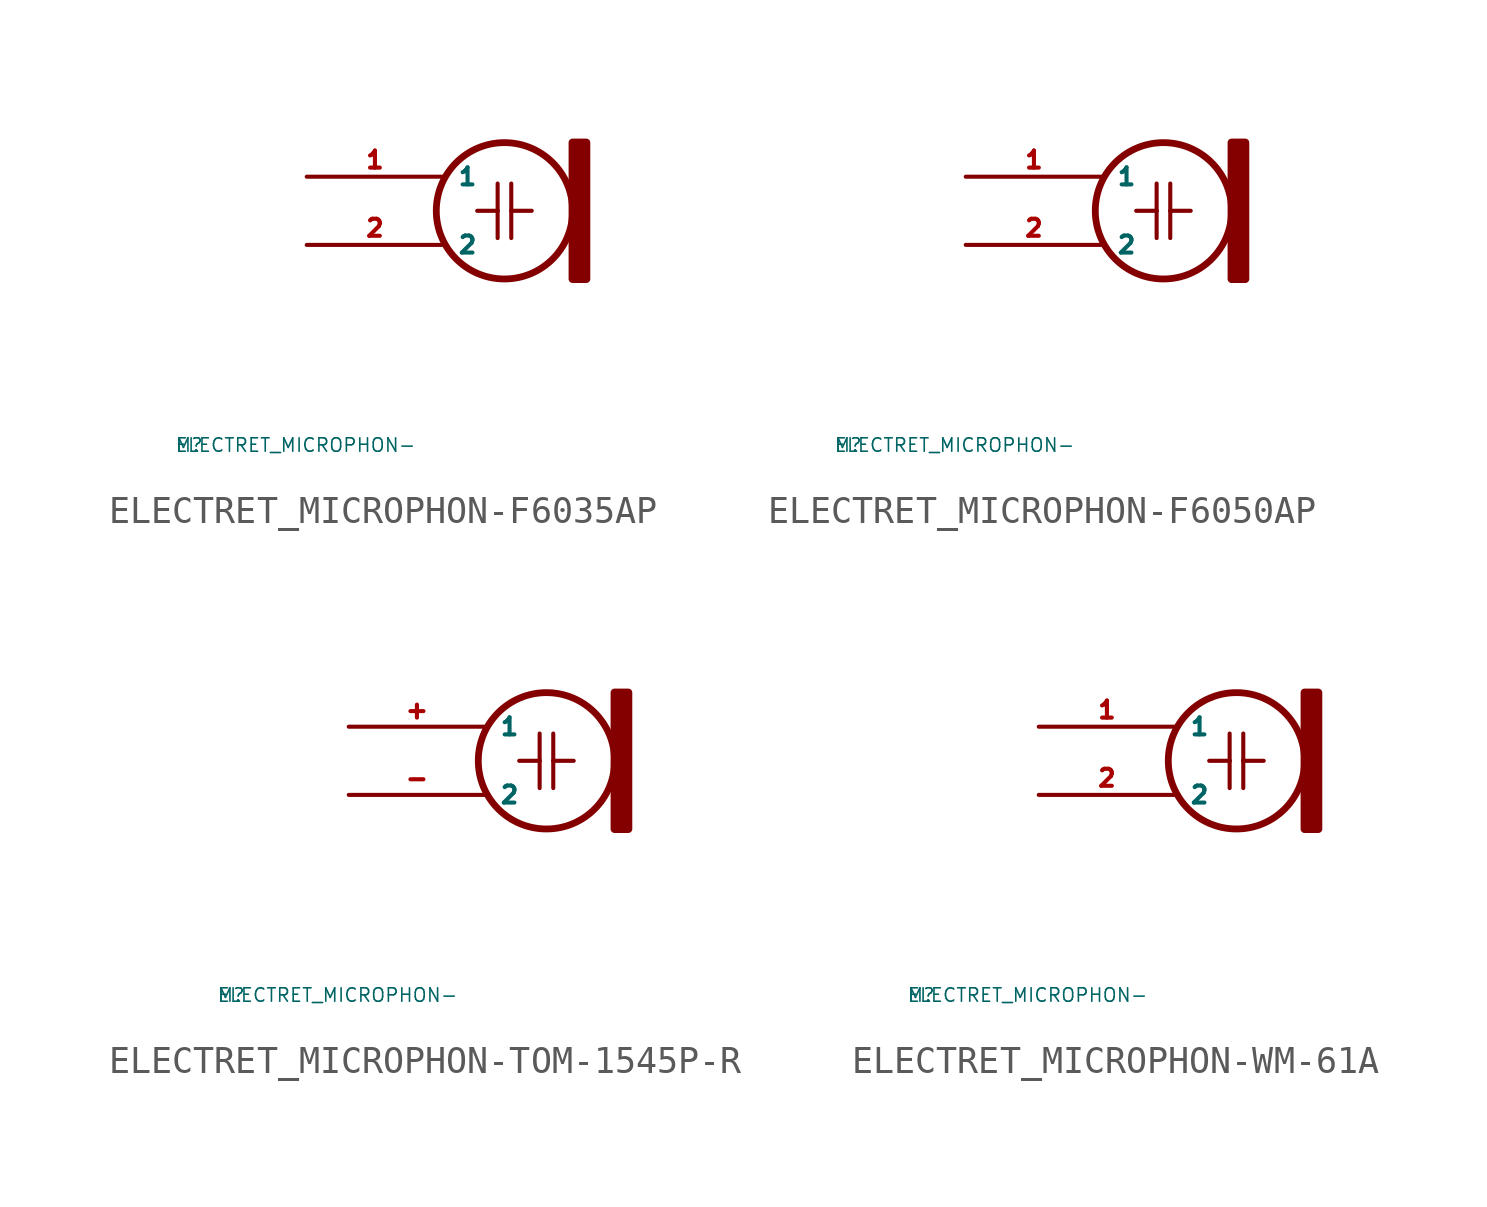
<source format=kicad_sym>
(kicad_symbol_lib
  (version 20220914)
  (generator Eagle2Kicad)
  (symbol "ELECTRET_MICROPHON-F6035AP"
    (property "Reference" "M"
      (at -10 -10 0)
      (effects (font (size 0.5 0.5) (thickness 0.06)) (justify left)))
    (property "Value" "ELECTRET_MICROPHON-"
      (at -10 -10 0)
      (effects (font (size 0.5 0.5) (thickness 0.06)) (justify left)))
    (polyline
      (pts (xy 1.27 -1.27) (xy 2.032 -1.27))
      (stroke (width 0.152) (type default))
      (fill (type none)))
    (polyline
      (pts (xy 2.032 -0.254) (xy 2.032 -1.27))
      (stroke (width 0.152) (type default))
      (fill (type none)))
    (polyline
      (pts (xy 2.032 -1.27) (xy 2.032 -2.286))
      (stroke (width 0.152) (type default))
      (fill (type none)))
    (polyline
      (pts (xy 2.54 -0.254) (xy 2.54 -1.27))
      (stroke (width 0.152) (type default))
      (fill (type none)))
    (polyline
      (pts (xy 2.54 -1.27) (xy 2.54 -2.286))
      (stroke (width 0.152) (type default))
      (fill (type none)))
    (polyline
      (pts (xy 2.54 -1.27) (xy 3.302 -1.27))
      (stroke (width 0.152) (type default))
      (fill (type none)))
    (circle
      (center 2.286 -1.27)
      (radius 2.54)
      (stroke (width 0.254) (type default))
      (fill (type none)))
    (rectangle
      (start 4.826 -3.81)
      (end 5.334 1.27)
      (stroke (width 0.3) (type default))
      (fill (type outline)))
    (pin passive line
      (at -5.08 0 0)
      (length 5.08)
      (name "1" (effects (font (size 0.635 0.635) (thickness 0.08)) (justify left bottom)))
      (number "1" (effects (font (size 0.635 0.635) (thickness 0.08)) (justify left bottom))))
    (pin passive line
      (at -5.08 -2.54 0)
      (length 5.08)
      (name "2" (effects (font (size 0.635 0.635) (thickness 0.08)) (justify left bottom)))
      (number "2" (effects (font (size 0.635 0.635) (thickness 0.08)) (justify left bottom)))))
  (symbol "ELECTRET_MICROPHON-F6050AP"
    (property "Reference" "M"
      (at -10 -10 0)
      (effects (font (size 0.5 0.5) (thickness 0.06)) (justify left)))
    (property "Value" "ELECTRET_MICROPHON-"
      (at -10 -10 0)
      (effects (font (size 0.5 0.5) (thickness 0.06)) (justify left)))
    (polyline
      (pts (xy 1.27 -1.27) (xy 2.032 -1.27))
      (stroke (width 0.152) (type default))
      (fill (type none)))
    (polyline
      (pts (xy 2.032 -0.254) (xy 2.032 -1.27))
      (stroke (width 0.152) (type default))
      (fill (type none)))
    (polyline
      (pts (xy 2.032 -1.27) (xy 2.032 -2.286))
      (stroke (width 0.152) (type default))
      (fill (type none)))
    (polyline
      (pts (xy 2.54 -0.254) (xy 2.54 -1.27))
      (stroke (width 0.152) (type default))
      (fill (type none)))
    (polyline
      (pts (xy 2.54 -1.27) (xy 2.54 -2.286))
      (stroke (width 0.152) (type default))
      (fill (type none)))
    (polyline
      (pts (xy 2.54 -1.27) (xy 3.302 -1.27))
      (stroke (width 0.152) (type default))
      (fill (type none)))
    (circle
      (center 2.286 -1.27)
      (radius 2.54)
      (stroke (width 0.254) (type default))
      (fill (type none)))
    (rectangle
      (start 4.826 -3.81)
      (end 5.334 1.27)
      (stroke (width 0.3) (type default))
      (fill (type outline)))
    (pin passive line
      (at -5.08 0 0)
      (length 5.08)
      (name "1" (effects (font (size 0.635 0.635) (thickness 0.08)) (justify left bottom)))
      (number "1" (effects (font (size 0.635 0.635) (thickness 0.08)) (justify left bottom))))
    (pin passive line
      (at -5.08 -2.54 0)
      (length 5.08)
      (name "2" (effects (font (size 0.635 0.635) (thickness 0.08)) (justify left bottom)))
      (number "2" (effects (font (size 0.635 0.635) (thickness 0.08)) (justify left bottom)))))
  (symbol "ELECTRET_MICROPHON-TOM-1545P-R"
    (property "Reference" "M"
      (at -10 -10 0)
      (effects (font (size 0.5 0.5) (thickness 0.06)) (justify left)))
    (property "Value" "ELECTRET_MICROPHON-"
      (at -10 -10 0)
      (effects (font (size 0.5 0.5) (thickness 0.06)) (justify left)))
    (polyline
      (pts (xy 1.27 -1.27) (xy 2.032 -1.27))
      (stroke (width 0.152) (type default))
      (fill (type none)))
    (polyline
      (pts (xy 2.032 -0.254) (xy 2.032 -1.27))
      (stroke (width 0.152) (type default))
      (fill (type none)))
    (polyline
      (pts (xy 2.032 -1.27) (xy 2.032 -2.286))
      (stroke (width 0.152) (type default))
      (fill (type none)))
    (polyline
      (pts (xy 2.54 -0.254) (xy 2.54 -1.27))
      (stroke (width 0.152) (type default))
      (fill (type none)))
    (polyline
      (pts (xy 2.54 -1.27) (xy 2.54 -2.286))
      (stroke (width 0.152) (type default))
      (fill (type none)))
    (polyline
      (pts (xy 2.54 -1.27) (xy 3.302 -1.27))
      (stroke (width 0.152) (type default))
      (fill (type none)))
    (circle
      (center 2.286 -1.27)
      (radius 2.54)
      (stroke (width 0.254) (type default))
      (fill (type none)))
    (rectangle
      (start 4.826 -3.81)
      (end 5.334 1.27)
      (stroke (width 0.3) (type default))
      (fill (type outline)))
    (pin passive line
      (at -5.08 0 0)
      (length 5.08)
      (name "1" (effects (font (size 0.635 0.635) (thickness 0.08)) (justify left bottom)))
      (number "+" (effects (font (size 0.635 0.635) (thickness 0.08)) (justify left bottom))))
    (pin passive line
      (at -5.08 -2.54 0)
      (length 5.08)
      (name "2" (effects (font (size 0.635 0.635) (thickness 0.08)) (justify left bottom)))
      (number "-" (effects (font (size 0.635 0.635) (thickness 0.08)) (justify left bottom)))))
  (symbol "ELECTRET_MICROPHON-WM-61A"
    (property "Reference" "M"
      (at -10 -10 0)
      (effects (font (size 0.5 0.5) (thickness 0.06)) (justify left)))
    (property "Value" "ELECTRET_MICROPHON-"
      (at -10 -10 0)
      (effects (font (size 0.5 0.5) (thickness 0.06)) (justify left)))
    (polyline
      (pts (xy 1.27 -1.27) (xy 2.032 -1.27))
      (stroke (width 0.152) (type default))
      (fill (type none)))
    (polyline
      (pts (xy 2.032 -0.254) (xy 2.032 -1.27))
      (stroke (width 0.152) (type default))
      (fill (type none)))
    (polyline
      (pts (xy 2.032 -1.27) (xy 2.032 -2.286))
      (stroke (width 0.152) (type default))
      (fill (type none)))
    (polyline
      (pts (xy 2.54 -0.254) (xy 2.54 -1.27))
      (stroke (width 0.152) (type default))
      (fill (type none)))
    (polyline
      (pts (xy 2.54 -1.27) (xy 2.54 -2.286))
      (stroke (width 0.152) (type default))
      (fill (type none)))
    (polyline
      (pts (xy 2.54 -1.27) (xy 3.302 -1.27))
      (stroke (width 0.152) (type default))
      (fill (type none)))
    (circle
      (center 2.286 -1.27)
      (radius 2.54)
      (stroke (width 0.254) (type default))
      (fill (type none)))
    (rectangle
      (start 4.826 -3.81)
      (end 5.334 1.27)
      (stroke (width 0.3) (type default))
      (fill (type outline)))
    (pin passive line
      (at -5.08 0 0)
      (length 5.08)
      (name "1" (effects (font (size 0.635 0.635) (thickness 0.08)) (justify left bottom)))
      (number "1" (effects (font (size 0.635 0.635) (thickness 0.08)) (justify left bottom))))
    (pin passive line
      (at -5.08 -2.54 0)
      (length 5.08)
      (name "2" (effects (font (size 0.635 0.635) (thickness 0.08)) (justify left bottom)))
      (number "2" (effects (font (size 0.635 0.635) (thickness 0.08)) (justify left bottom))))))
</source>
